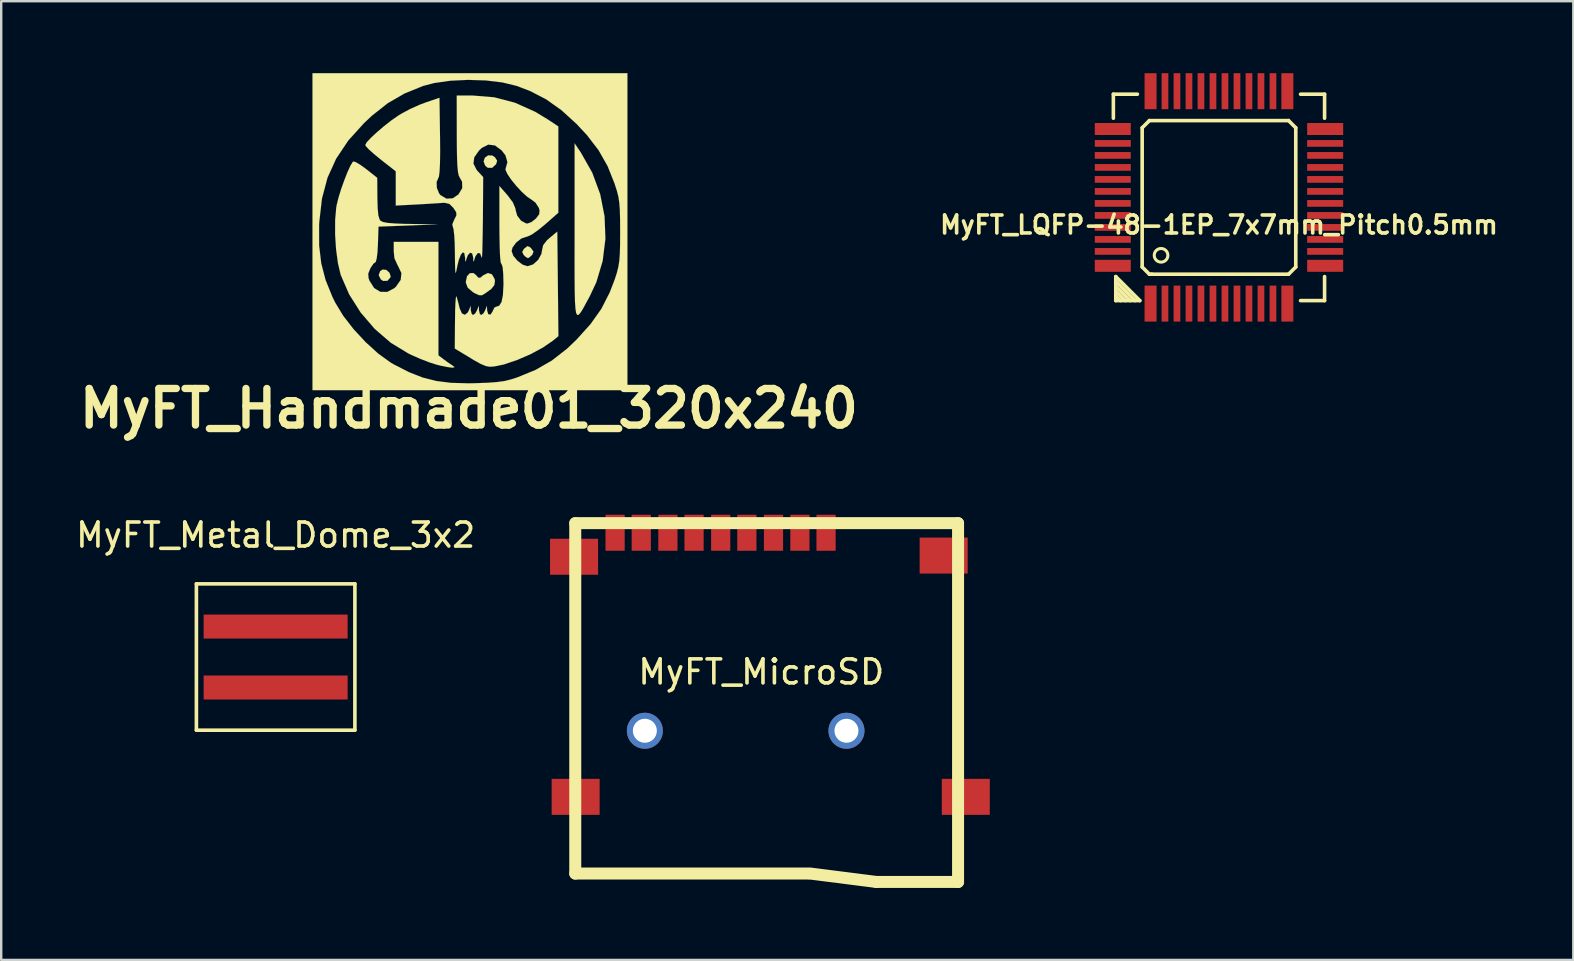
<source format=kicad_pcb>
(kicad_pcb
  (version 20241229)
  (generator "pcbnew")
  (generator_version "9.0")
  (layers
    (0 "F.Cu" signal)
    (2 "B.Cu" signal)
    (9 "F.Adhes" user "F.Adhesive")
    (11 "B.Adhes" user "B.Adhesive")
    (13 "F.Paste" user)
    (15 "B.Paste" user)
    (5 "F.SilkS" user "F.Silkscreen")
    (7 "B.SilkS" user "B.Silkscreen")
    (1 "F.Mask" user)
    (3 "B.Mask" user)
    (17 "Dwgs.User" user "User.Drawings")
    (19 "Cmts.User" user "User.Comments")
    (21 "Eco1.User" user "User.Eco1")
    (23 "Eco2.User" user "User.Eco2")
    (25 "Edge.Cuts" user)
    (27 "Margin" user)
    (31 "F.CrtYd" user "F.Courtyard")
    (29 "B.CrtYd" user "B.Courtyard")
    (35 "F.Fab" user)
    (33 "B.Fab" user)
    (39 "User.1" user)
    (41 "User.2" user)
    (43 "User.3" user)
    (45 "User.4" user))
  (footprint "MyFT_LQFP-48-1EP_7x7mm_Pitch0.5mm"
    (layer "F.Cu")
    (at 47.74 5.175)
    (property "Reference" "MyFT_LQFP-48-1EP_7x7mm_Pitch0.5mm" (at 0 1.143 0) (layer "F.SilkS") (effects (font (size 0.749 0.749) (thickness 0.15))))
    (attr smd)
    (fp_line (start -4.4 -4.3) (end -3.399 -4.3) (stroke (width 0.15) (type solid)) (layer "F.SilkS"))
    (fp_line (start -4.4 -3.299) (end -4.4 -4.3) (stroke (width 0.15) (type solid)) (layer "F.SilkS"))
    (fp_line (start -4.3 3.299) (end -3.299 4.3) (stroke (width 0.15) (type solid)) (layer "F.SilkS"))
    (fp_line (start -4.3 3.7) (end -3.7 4.3) (stroke (width 0.15) (type solid)) (layer "F.SilkS"))
    (fp_line (start -4.3 4.099) (end -4.099 4.3) (stroke (width 0.15) (type solid)) (layer "F.SilkS"))
    (fp_line (start -4.3 4.3) (end -4.3 3.299) (stroke (width 0.15) (type solid)) (layer "F.SilkS"))
    (fp_line (start -3.901 4.3) (end -4.3 3.901) (stroke (width 0.15) (type solid)) (layer "F.SilkS"))
    (fp_line (start -3.499 4.3) (end -4.3 3.499) (stroke (width 0.15) (type solid)) (layer "F.SilkS"))
    (fp_line (start -3.299 4.3) (end -4.3 4.3) (stroke (width 0.15) (type solid)) (layer "F.SilkS"))
    (fp_line (start -3.2 -2.9) (end -2.9 -3.2) (stroke (width 0.15) (type solid)) (layer "F.SilkS"))
    (fp_line (start -3.2 2.9) (end -3.2 -2.9) (stroke (width 0.15) (type solid)) (layer "F.SilkS"))
    (fp_line (start -2.9 -3.2) (end 2.9 -3.2) (stroke (width 0.15) (type solid)) (layer "F.SilkS"))
    (fp_line (start -2.9 3.2) (end -3.2 2.9) (stroke (width 0.15) (type solid)) (layer "F.SilkS"))
    (fp_line (start -2.8 3.2) (end -2.9 3.2) (stroke (width 0.15) (type solid)) (layer "F.SilkS"))
    (fp_line (start 2.9 -3.2) (end 3.2 -2.9) (stroke (width 0.15) (type solid)) (layer "F.SilkS"))
    (fp_line (start 2.9 3.2) (end -2.8 3.2) (stroke (width 0.15) (type solid)) (layer "F.SilkS"))
    (fp_line (start 3.2 -2.9) (end 3.2 2.9) (stroke (width 0.15) (type solid)) (layer "F.SilkS"))
    (fp_line (start 3.2 2.9) (end 2.9 3.2) (stroke (width 0.15) (type solid)) (layer "F.SilkS"))
    (fp_line (start 3.399 -4.3) (end 4.4 -4.3) (stroke (width 0.15) (type solid)) (layer "F.SilkS"))
    (fp_line (start 4.4 -4.3) (end 4.4 -3.299) (stroke (width 0.15) (type solid)) (layer "F.SilkS"))
    (fp_line (start 4.4 3.299) (end 4.4 4.3) (stroke (width 0.15) (type solid)) (layer "F.SilkS"))
    (fp_line (start 4.4 4.3) (end 3.399 4.3) (stroke (width 0.15) (type solid)) (layer "F.SilkS"))
    (fp_circle (center -2.413 2.413) (end -2.667 2.54) (stroke (width 0.127) (type solid)) (fill no) (layer "F.SilkS"))
    (pad "1" smd rect (at -2.85 4.425) (size 0.5 1.5) (layers "F.Cu" "F.Mask" "F.Paste"))
    (pad "2" smd rect (at -2.25 4.425) (size 0.28 1.5) (layers "F.Cu" "F.Mask" "F.Paste"))
    (pad "3" smd rect (at -1.75 4.425) (size 0.28 1.5) (layers "F.Cu" "F.Mask" "F.Paste"))
    (pad "4" smd rect (at -1.25 4.425) (size 0.28 1.5) (layers "F.Cu" "F.Mask" "F.Paste"))
    (pad "5" smd rect (at -0.75 4.425) (size 0.28 1.5) (layers "F.Cu" "F.Mask" "F.Paste"))
    (pad "6" smd rect (at -0.25 4.425) (size 0.28 1.5) (layers "F.Cu" "F.Mask" "F.Paste"))
    (pad "7" smd rect (at 0.25 4.425) (size 0.28 1.5) (layers "F.Cu" "F.Mask" "F.Paste"))
    (pad "8" smd rect (at 0.75 4.425) (size 0.28 1.5) (layers "F.Cu" "F.Mask" "F.Paste"))
    (pad "9" smd rect (at 1.25 4.425) (size 0.28 1.5) (layers "F.Cu" "F.Mask" "F.Paste"))
    (pad "10" smd rect (at 1.75 4.425) (size 0.28 1.5) (layers "F.Cu" "F.Mask" "F.Paste"))
    (pad "11" smd rect (at 2.25 4.425) (size 0.28 1.5) (layers "F.Cu" "F.Mask" "F.Paste"))
    (pad "12" smd rect (at 2.85 4.425) (size 0.5 1.5) (layers "F.Cu" "F.Mask" "F.Paste"))
    (pad "13" smd rect (at 4.425 2.85 90) (size 0.5 1.5) (layers "F.Cu" "F.Mask" "F.Paste"))
    (pad "14" smd rect (at 4.425 2.25 90) (size 0.28 1.5) (layers "F.Cu" "F.Mask" "F.Paste"))
    (pad "15" smd rect (at 4.425 1.75 90) (size 0.28 1.5) (layers "F.Cu" "F.Mask" "F.Paste"))
    (pad "16" smd rect (at 4.425 1.25 90) (size 0.28 1.5) (layers "F.Cu" "F.Mask" "F.Paste"))
    (pad "17" smd rect (at 4.425 0.75 90) (size 0.28 1.5) (layers "F.Cu" "F.Mask" "F.Paste"))
    (pad "18" smd rect (at 4.425 0.25 90) (size 0.28 1.5) (layers "F.Cu" "F.Mask" "F.Paste"))
    (pad "19" smd rect (at 4.425 -0.25 90) (size 0.28 1.5) (layers "F.Cu" "F.Mask" "F.Paste"))
    (pad "20" smd rect (at 4.425 -0.75 90) (size 0.28 1.5) (layers "F.Cu" "F.Mask" "F.Paste"))
    (pad "21" smd rect (at 4.425 -1.25 90) (size 0.28 1.5) (layers "F.Cu" "F.Mask" "F.Paste"))
    (pad "22" smd rect (at 4.425 -1.75 90) (size 0.28 1.5) (layers "F.Cu" "F.Mask" "F.Paste"))
    (pad "23" smd rect (at 4.425 -2.25 90) (size 0.28 1.5) (layers "F.Cu" "F.Mask" "F.Paste"))
    (pad "24" smd rect (at 4.425 -2.85 90) (size 0.5 1.5) (layers "F.Cu" "F.Mask" "F.Paste"))
    (pad "25" smd rect (at 2.85 -4.425) (size 0.5 1.5) (layers "F.Cu" "F.Mask" "F.Paste"))
    (pad "26" smd rect (at 2.25 -4.425) (size 0.28 1.5) (layers "F.Cu" "F.Mask" "F.Paste"))
    (pad "27" smd rect (at 1.75 -4.425) (size 0.28 1.5) (layers "F.Cu" "F.Mask" "F.Paste"))
    (pad "28" smd rect (at 1.25 -4.425) (size 0.28 1.5) (layers "F.Cu" "F.Mask" "F.Paste"))
    (pad "29" smd rect (at 0.75 -4.425) (size 0.28 1.5) (layers "F.Cu" "F.Mask" "F.Paste"))
    (pad "30" smd rect (at 0.25 -4.425) (size 0.28 1.5) (layers "F.Cu" "F.Mask" "F.Paste"))
    (pad "31" smd rect (at -0.25 -4.425) (size 0.28 1.5) (layers "F.Cu" "F.Mask" "F.Paste"))
    (pad "32" smd rect (at -0.75 -4.425) (size 0.28 1.5) (layers "F.Cu" "F.Mask" "F.Paste"))
    (pad "33" smd rect (at -1.25 -4.425) (size 0.28 1.5) (layers "F.Cu" "F.Mask" "F.Paste"))
    (pad "34" smd rect (at -1.75 -4.425) (size 0.28 1.5) (layers "F.Cu" "F.Mask" "F.Paste"))
    (pad "35" smd rect (at -2.25 -4.425) (size 0.28 1.5) (layers "F.Cu" "F.Mask" "F.Paste"))
    (pad "36" smd rect (at -2.85 -4.425) (size 0.5 1.5) (layers "F.Cu" "F.Mask" "F.Paste"))
    (pad "37" smd rect (at -4.425 -2.85 90) (size 0.5 1.5) (layers "F.Cu" "F.Mask" "F.Paste"))
    (pad "38" smd rect (at -4.425 -2.25 90) (size 0.28 1.5) (layers "F.Cu" "F.Mask" "F.Paste"))
    (pad "39" smd rect (at -4.425 -1.75 90) (size 0.28 1.5) (layers "F.Cu" "F.Mask" "F.Paste"))
    (pad "40" smd rect (at -4.425 -1.25 90) (size 0.28 1.5) (layers "F.Cu" "F.Mask" "F.Paste"))
    (pad "41" smd rect (at -4.425 -0.75 90) (size 0.28 1.5) (layers "F.Cu" "F.Mask" "F.Paste"))
    (pad "42" smd rect (at -4.425 -0.25 90) (size 0.28 1.5) (layers "F.Cu" "F.Mask" "F.Paste"))
    (pad "43" smd rect (at -4.425 0.25 90) (size 0.28 1.5) (layers "F.Cu" "F.Mask" "F.Paste"))
    (pad "44" smd rect (at -4.425 0.75 90) (size 0.28 1.5) (layers "F.Cu" "F.Mask" "F.Paste"))
    (pad "45" smd rect (at -4.425 1.25 90) (size 0.28 1.5) (layers "F.Cu" "F.Mask" "F.Paste"))
    (pad "46" smd rect (at -4.425 1.75 90) (size 0.28 1.5) (layers "F.Cu" "F.Mask" "F.Paste"))
    (pad "47" smd rect (at -4.425 2.25 90) (size 0.28 1.5) (layers "F.Cu" "F.Mask" "F.Paste"))
    (pad "48" smd rect (at -4.425 2.85 90) (size 0.5 1.5) (layers "F.Cu" "F.Mask" "F.Paste")))
  (footprint "MyFT_MicroSD"
    (layer "F.Cu")
    (at 32.619 29.898)
    (property "Reference" "MyFT_MicroSD" (at -3.95 -4.95 0) (layer "F.SilkS") (effects (font (size 1 1) (thickness 0.15))))
    (attr through_hole)
    (fp_line (start -11.7 -11.15) (end 4.25 -11.15) (stroke (width 0.5) (type solid)) (layer "F.SilkS"))
    (fp_line (start -11.7 3.45) (end -11.7 -11.15) (stroke (width 0.5) (type solid)) (layer "F.SilkS"))
    (fp_line (start -2 3.45) (end -11.7 3.45) (stroke (width 0.5) (type solid)) (layer "F.SilkS"))
    (fp_line (start 0.85 3.8) (end -1.9 3.45) (stroke (width 0.5) (type solid)) (layer "F.SilkS"))
    (fp_line (start 4.25 -11.15) (end 4.25 3.8) (stroke (width 0.5) (type solid)) (layer "F.SilkS"))
    (fp_line (start 4.25 3.8) (end 0.85 3.8) (stroke (width 0.5) (type solid)) (layer "F.SilkS"))
    (pad "1" smd rect (at -1.25 -10.75 90) (size 1.5 0.8) (layers "F.Cu" "F.Mask" "F.Paste"))
    (pad "2" smd rect (at -2.34 -10.75 90) (size 1.5 0.8) (layers "F.Cu" "F.Mask" "F.Paste"))
    (pad "3" smd rect (at -3.44 -10.75 90) (size 1.5 0.8) (layers "F.Cu" "F.Mask" "F.Paste"))
    (pad "4" smd rect (at -4.55 -10.75 90) (size 1.5 0.8) (layers "F.Cu" "F.Mask" "F.Paste"))
    (pad "5" smd rect (at -5.64 -10.75 90) (size 1.5 0.8) (layers "F.Cu" "F.Mask" "F.Paste"))
    (pad "6" smd rect (at -6.75 -10.75 90) (size 1.5 0.8) (layers "F.Cu" "F.Mask" "F.Paste"))
    (pad "7" smd rect (at -7.84 -10.75 90) (size 1.5 0.8) (layers "F.Cu" "F.Mask" "F.Paste"))
    (pad "8" smd rect (at -8.95 -10.75 90) (size 1.5 0.8) (layers "F.Cu" "F.Mask" "F.Paste"))
    (pad "9" smd rect (at -10.04 -10.75 90) (size 1.5 0.8) (layers "F.Cu" "F.Mask" "F.Paste"))
    (pad "10" smd rect (at -11.75 -9.75) (size 2 1.5) (layers "F.Cu" "F.Mask" "F.Paste"))
    (pad "10" smd rect (at -11.684 0.254) (size 2 1.5) (layers "F.Cu" "F.Mask" "F.Paste"))
    (pad "10" smd rect (at 3.65 -9.8) (size 2 1.5) (layers "F.Cu" "F.Mask" "F.Paste"))
    (pad "10" smd rect (at 4.572 0.254) (size 2 1.5) (layers "F.Cu" "F.Mask" "F.Paste"))
    (pad "11" thru_hole circle (at -8.8 -2.5 90) (size 1.5 1.5) (drill 1) (layers "*.Cu" "*.Mask"))
    (pad "11" thru_hole circle (at -0.4 -2.5 90) (size 1.5 1.5) (drill 1) (layers "*.Cu" "*.Mask")))
  (footprint "MyFT_Handmade01_320x240"
    (layer "F.Cu")
    (at 16.488 6.605)
    (property "Reference" "MyFT_Handmade01_320x240" (at 0 7.366 0) (layer "F.SilkS") (effects (font (size 1.524 1.524) (thickness 0.305))))
    (attr through_hole)
    (fp_poly (pts (xy -3.261 1.862) (xy -3.269 1.9) (xy -3.396 2.045) (xy -3.574 2.05) (xy -3.675 1.981) (xy -3.759 1.806) (xy -3.696 1.641) (xy -3.594 1.575) (xy -3.442 1.593) (xy -3.31 1.709) (xy -3.261 1.862)) (stroke (width 0.003) (type solid)) (fill yes) (layer "F.SilkS"))
    (fp_poly (pts (xy 1.176 -2.957) (xy 1.133 -2.814) (xy 0.97 -2.664) (xy 0.787 -2.664) (xy 0.681 -2.748) (xy 0.612 -2.929) (xy 0.665 -3.084) (xy 0.8 -3.18) (xy 0.973 -3.175) (xy 1.085 -3.101) (xy 1.176 -2.957)) (stroke (width 0.003) (type solid)) (fill yes) (layer "F.SilkS"))
    (fp_poly (pts (xy 2.69 0.826) (xy 2.647 0.947) (xy 2.629 0.968) (xy 2.51 1.077) (xy 2.456 1.1) (xy 2.355 1.041) (xy 2.283 0.968) (xy 2.22 0.843) (xy 2.291 0.719) (xy 2.314 0.696) (xy 2.433 0.602) (xy 2.532 0.635) (xy 2.596 0.696) (xy 2.69 0.826)) (stroke (width 0.003) (type solid)) (fill yes) (layer "F.SilkS"))
    (fp_poly (pts (xy 1.085 2.052) (xy 1.059 2.223) (xy 0.93 2.388) (xy 0.665 2.576) (xy 0.541 2.649) (xy 0.417 2.642) (xy 0.224 2.553) (xy 0.16 2.512) (xy -0.048 2.332) (xy -0.124 2.136) (xy -0.127 2.078) (xy -0.079 1.854) (xy 0.041 1.727) (xy 0.191 1.722) (xy 0.3 1.811) (xy 0.396 1.92) (xy 0.48 1.913) (xy 0.597 1.816) (xy 0.792 1.72) (xy 0.96 1.775) (xy 1.069 1.966) (xy 1.085 2.052)) (stroke (width 0.003) (type solid)) (fill yes) (layer "F.SilkS"))
    (fp_poly (pts (xy 5.687 0.295) (xy 5.573 1.217) (xy 5.309 2.103) (xy 5.029 2.7) (xy 4.879 2.974) (xy 4.757 3.2) (xy 4.656 3.363) (xy 4.577 3.457) (xy 4.516 3.47) (xy 4.47 3.391) (xy 4.44 3.211) (xy 4.42 2.916) (xy 4.409 2.499) (xy 4.404 1.951) (xy 4.402 1.257) (xy 4.404 0.409) (xy 4.404 -0.01) (xy 4.404 -3.683) (xy 4.661 -3.302) (xy 5.138 -2.461) (xy 5.469 -1.565) (xy 5.652 -0.64) (xy 5.687 0.295)) (stroke (width 0.003) (type solid)) (fill yes) (layer "F.SilkS"))
    (fp_poly (pts (xy -0.599 5.639) (xy -0.64 5.659) (xy -0.719 5.662) (xy -0.894 5.639) (xy -1.161 5.585) (xy -1.354 5.537) (xy -1.648 5.443) (xy -2.027 5.296) (xy -2.418 5.123) (xy -2.532 5.067) (xy -3.256 4.625) (xy -3.924 4.049) (xy -4.511 3.365) (xy -4.989 2.611) (xy -5.334 1.816) (xy -5.347 1.778) (xy -5.458 1.306) (xy -5.535 0.732) (xy -5.575 0.112) (xy -5.573 -0.49) (xy -5.527 -1.011) (xy -5.507 -1.123) (xy -5.433 -1.422) (xy -5.324 -1.775) (xy -5.194 -2.139) (xy -5.062 -2.477) (xy -4.94 -2.743) (xy -4.844 -2.903) (xy -4.818 -2.926) (xy -4.719 -2.901) (xy -4.531 -2.791) (xy -4.293 -2.619) (xy -4.28 -2.609) (xy -3.82 -2.245) (xy -3.815 -1.412) (xy -3.802 -0.975) (xy -3.774 -0.681) (xy -3.721 -0.508) (xy -3.688 -0.46) (xy -3.586 -0.406) (xy -3.393 -0.368) (xy -3.084 -0.343) (xy -2.634 -0.325) (xy -2.441 -0.323) (xy -1.311 -0.305) (xy -2.54 -0.259) (xy -3.767 -0.213) (xy -3.792 0.528) (xy -3.81 0.859) (xy -3.843 1.113) (xy -3.879 1.252) (xy -3.896 1.27) (xy -3.983 1.336) (xy -4.094 1.504) (xy -4.11 1.532) (xy -4.196 1.75) (xy -4.181 1.941) (xy -4.143 2.042) (xy -3.95 2.347) (xy -3.693 2.504) (xy -3.406 2.51) (xy -3.114 2.357) (xy -3.04 2.291) (xy -2.842 2.009) (xy -2.812 1.725) (xy -2.949 1.433) (xy -2.962 1.415) (xy -3.104 1.105) (xy -3.132 0.81) (xy -3.132 0.422) (xy -2.2 0.422) (xy -1.27 0.422) (xy -1.27 2.786) (xy -1.27 5.151) (xy -1.067 5.306) (xy -0.861 5.456) (xy -0.706 5.56) (xy -0.599 5.639)) (stroke (width 0.003) (type solid)) (fill yes) (layer "F.SilkS"))
    (fp_poly (pts (xy 6.604 6.604) (xy 6.302 6.604) (xy 6.302 0.025) (xy 6.302 0) (xy 6.299 -0.518) (xy 6.289 -0.907) (xy 6.266 -1.209) (xy 6.228 -1.46) (xy 6.167 -1.702) (xy 6.078 -1.976) (xy 6.076 -1.991) (xy 5.779 -2.733) (xy 5.403 -3.396) (xy 4.917 -4.028) (xy 4.488 -4.488) (xy 3.853 -5.067) (xy 3.223 -5.514) (xy 2.545 -5.865) (xy 1.991 -6.076) (xy 1.4 -6.22) (xy 0.706 -6.304) (xy -0.038 -6.327) (xy -0.775 -6.292) (xy -1.45 -6.195) (xy -1.905 -6.076) (xy -2.682 -5.761) (xy -3.381 -5.357) (xy -4.046 -4.831) (xy -4.366 -4.531) (xy -5.027 -3.8) (xy -5.53 -3.048) (xy -5.893 -2.25) (xy -6.124 -1.377) (xy -6.236 -0.401) (xy -6.243 -0.251) (xy -6.241 0.579) (xy -6.154 1.313) (xy -5.974 2.009) (xy -5.685 2.723) (xy -5.568 2.959) (xy -5.24 3.5) (xy -4.806 4.061) (xy -4.303 4.602) (xy -3.774 5.083) (xy -3.256 5.456) (xy -3.124 5.532) (xy -2.502 5.85) (xy -1.93 6.076) (xy -1.359 6.22) (xy -0.742 6.297) (xy -0.025 6.317) (xy 0.254 6.312) (xy 0.767 6.294) (xy 1.156 6.266) (xy 1.471 6.223) (xy 1.753 6.154) (xy 2.007 6.073) (xy 2.781 5.756) (xy 3.457 5.367) (xy 4.092 4.872) (xy 4.488 4.493) (xy 5.067 3.851) (xy 5.517 3.216) (xy 5.865 2.537) (xy 6.076 1.989) (xy 6.165 1.712) (xy 6.226 1.468) (xy 6.266 1.217) (xy 6.289 0.919) (xy 6.299 0.536) (xy 6.302 0.025) (xy 6.302 6.604) (xy 0.043 6.604) (xy -6.518 6.604) (xy -6.518 0) (xy -6.518 -6.604) (xy 0.043 -6.604) (xy 6.604 -6.604) (xy 6.604 0) (xy 6.604 6.604)) (stroke (width 0.003) (type solid)) (fill yes) (layer "F.SilkS"))
    (fp_poly (pts (xy 3.729 4.351) (xy 3.495 4.542) (xy 3.081 4.826) (xy 2.563 5.105) (xy 2.002 5.347) (xy 1.458 5.53) (xy 1.059 5.613) (xy 0.876 5.626) (xy 0.701 5.596) (xy 0.49 5.507) (xy 0.203 5.347) (xy 0.066 5.263) (xy -0.589 4.867) (xy -0.579 3.683) (xy -0.574 3.277) (xy -0.561 2.962) (xy -0.544 2.758) (xy -0.523 2.69) (xy -0.513 2.708) (xy -0.447 2.946) (xy -0.386 3.195) (xy -0.292 3.404) (xy -0.168 3.462) (xy -0.046 3.365) (xy -0.003 3.279) (xy 0.074 3.089) (xy 0.079 3.279) (xy 0.117 3.429) (xy 0.173 3.47) (xy 0.267 3.401) (xy 0.335 3.279) (xy 0.414 3.089) (xy 0.419 3.279) (xy 0.455 3.429) (xy 0.511 3.47) (xy 0.607 3.401) (xy 0.676 3.279) (xy 0.752 3.089) (xy 0.757 3.279) (xy 0.805 3.437) (xy 0.899 3.454) (xy 0.986 3.325) (xy 0.993 3.302) (xy 1.062 3.162) (xy 1.118 3.132) (xy 1.262 3.084) (xy 1.361 2.926) (xy 1.417 2.644) (xy 1.44 2.217) (xy 1.44 2.121) (xy 1.43 1.755) (xy 1.407 1.491) (xy 1.369 1.361) (xy 1.356 1.354) (xy 1.323 1.27) (xy 1.298 1.029) (xy 1.283 0.638) (xy 1.273 0.109) (xy 1.27 -0.277) (xy 1.27 -1.905) (xy 1.605 -1.524) (xy 1.831 -1.222) (xy 1.938 -0.968) (xy 1.943 -0.912) (xy 2.012 -0.668) (xy 2.172 -0.46) (xy 2.377 -0.348) (xy 2.441 -0.34) (xy 2.601 -0.399) (xy 2.784 -0.541) (xy 2.797 -0.554) (xy 2.929 -0.729) (xy 2.944 -0.889) (xy 2.913 -0.998) (xy 2.776 -1.209) (xy 2.614 -1.333) (xy 2.426 -1.46) (xy 2.202 -1.664) (xy 1.974 -1.91) (xy 1.765 -2.167) (xy 1.608 -2.398) (xy 1.527 -2.57) (xy 1.529 -2.631) (xy 1.605 -2.896) (xy 1.524 -3.183) (xy 1.361 -3.393) (xy 1.082 -3.597) (xy 0.808 -3.63) (xy 0.536 -3.493) (xy 0.417 -3.378) (xy 0.221 -3.099) (xy 0.188 -2.84) (xy 0.32 -2.578) (xy 0.381 -2.507) (xy 0.594 -2.278) (xy 0.582 -0.483) (xy 0.574 0.03) (xy 0.566 0.462) (xy 0.559 0.798) (xy 0.549 1.013) (xy 0.536 1.09) (xy 0.531 1.074) (xy 0.467 0.902) (xy 0.371 0.886) (xy 0.274 1.019) (xy 0.244 1.105) (xy 0.203 1.24) (xy 0.185 1.219) (xy 0.178 1.072) (xy 0.135 0.902) (xy 0.048 0.874) (xy -0.051 0.988) (xy -0.094 1.105) (xy -0.135 1.24) (xy -0.152 1.219) (xy -0.16 1.072) (xy -0.191 0.892) (xy -0.254 0.859) (xy -0.335 0.955) (xy -0.419 1.166) (xy -0.478 1.402) (xy -0.518 1.605) (xy -0.546 1.712) (xy -0.561 1.704) (xy -0.572 1.572) (xy -0.579 1.298) (xy -0.584 0.871) (xy -0.592 0.47) (xy -0.612 0.132) (xy -0.64 -0.104) (xy -0.671 -0.208) (xy -0.673 -0.211) (xy -0.691 -0.31) (xy -0.617 -0.49) (xy -0.61 -0.505) (xy -0.521 -0.683) (xy -0.528 -0.81) (xy -0.635 -0.975) (xy -0.645 -0.991) (xy -0.813 -1.158) (xy -1.008 -1.206) (xy -1.11 -1.201) (xy -1.321 -1.186) (xy -1.646 -1.166) (xy -2.029 -1.143) (xy -2.223 -1.133) (xy -3.048 -1.09) (xy -3.048 -1.803) (xy -3.048 -2.517) (xy -3.683 -3.015) (xy -3.957 -3.241) (xy -4.173 -3.434) (xy -4.298 -3.571) (xy -4.318 -3.612) (xy -4.255 -3.729) (xy -4.082 -3.914) (xy -3.833 -4.145) (xy -3.538 -4.397) (xy -3.226 -4.641) (xy -2.926 -4.849) (xy -2.827 -4.91) (xy -2.466 -5.105) (xy -2.052 -5.291) (xy -1.783 -5.392) (xy -1.227 -5.58) (xy -1.204 -3.96) (xy -1.199 -3.343) (xy -1.206 -2.85) (xy -1.224 -2.499) (xy -1.25 -2.296) (xy -1.267 -2.256) (xy -1.346 -2.073) (xy -1.336 -1.826) (xy -1.242 -1.595) (xy -1.184 -1.524) (xy -0.937 -1.377) (xy -0.673 -1.392) (xy -0.437 -1.552) (xy -0.277 -1.816) (xy -0.284 -2.083) (xy -0.378 -2.25) (xy -0.424 -2.342) (xy -0.457 -2.499) (xy -0.48 -2.743) (xy -0.495 -3.096) (xy -0.503 -3.579) (xy -0.505 -4.044) (xy -0.508 -5.674) (xy 0.157 -5.674) (xy 1.054 -5.601) (xy 1.918 -5.375) (xy 2.766 -4.994) (xy 3.282 -4.681) (xy 3.726 -4.387) (xy 3.726 -2.591) (xy 3.726 -0.792) (xy 3.165 -0.297) (xy 2.878 -0.064) (xy 2.626 0.112) (xy 2.441 0.201) (xy 2.405 0.208) (xy 2.184 0.282) (xy 1.968 0.45) (xy 1.816 0.658) (xy 1.778 0.803) (xy 1.847 1.001) (xy 2.019 1.206) (xy 2.235 1.372) (xy 2.443 1.438) (xy 2.675 1.364) (xy 2.883 1.176) (xy 3.02 0.93) (xy 3.048 0.77) (xy 3.094 0.561) (xy 3.251 0.358) (xy 3.365 0.257) (xy 3.683 -0.005) (xy 3.706 2.172) (xy 3.729 4.351)) (stroke (width 0.003) (type solid)) (fill yes) (layer "F.SilkS")))
  (footprint "MyFT_Metal_Dome_3x2"
    (layer "F.Cu")
    (at 8.435 23.056)
    (property "Reference" "MyFT_Metal_Dome_3x2" (at 0 -3.81 0) (layer "F.SilkS") (effects (font (size 1 1) (thickness 0.15))))
    (attr through_hole)
    (fp_line (start -3.302 -1.778) (end -3.302 4.318) (stroke (width 0.15) (type solid)) (layer "F.SilkS"))
    (fp_line (start -3.302 -1.778) (end 3.302 -1.778) (stroke (width 0.15) (type solid)) (layer "F.SilkS"))
    (fp_line (start -3.302 4.318) (end 3.302 4.318) (stroke (width 0.15) (type solid)) (layer "F.SilkS"))
    (fp_line (start 3.302 -1.778) (end 3.302 4.318) (stroke (width 0.15) (type solid)) (layer "F.SilkS"))
    (pad "1" smd rect (at 0 0) (size 6 1) (layers "F.Cu" "F.Mask" "F.Paste"))
    (pad "2" smd rect (at 0 2.54) (size 6 1) (layers "F.Cu" "F.Mask" "F.Paste")))
  (gr_rect
    (start -3 -3)
    (end 62.504 36.948)
    (stroke (width 0.1) (type default))
    (fill no)
    (layer "Edge.Cuts")))
</source>
